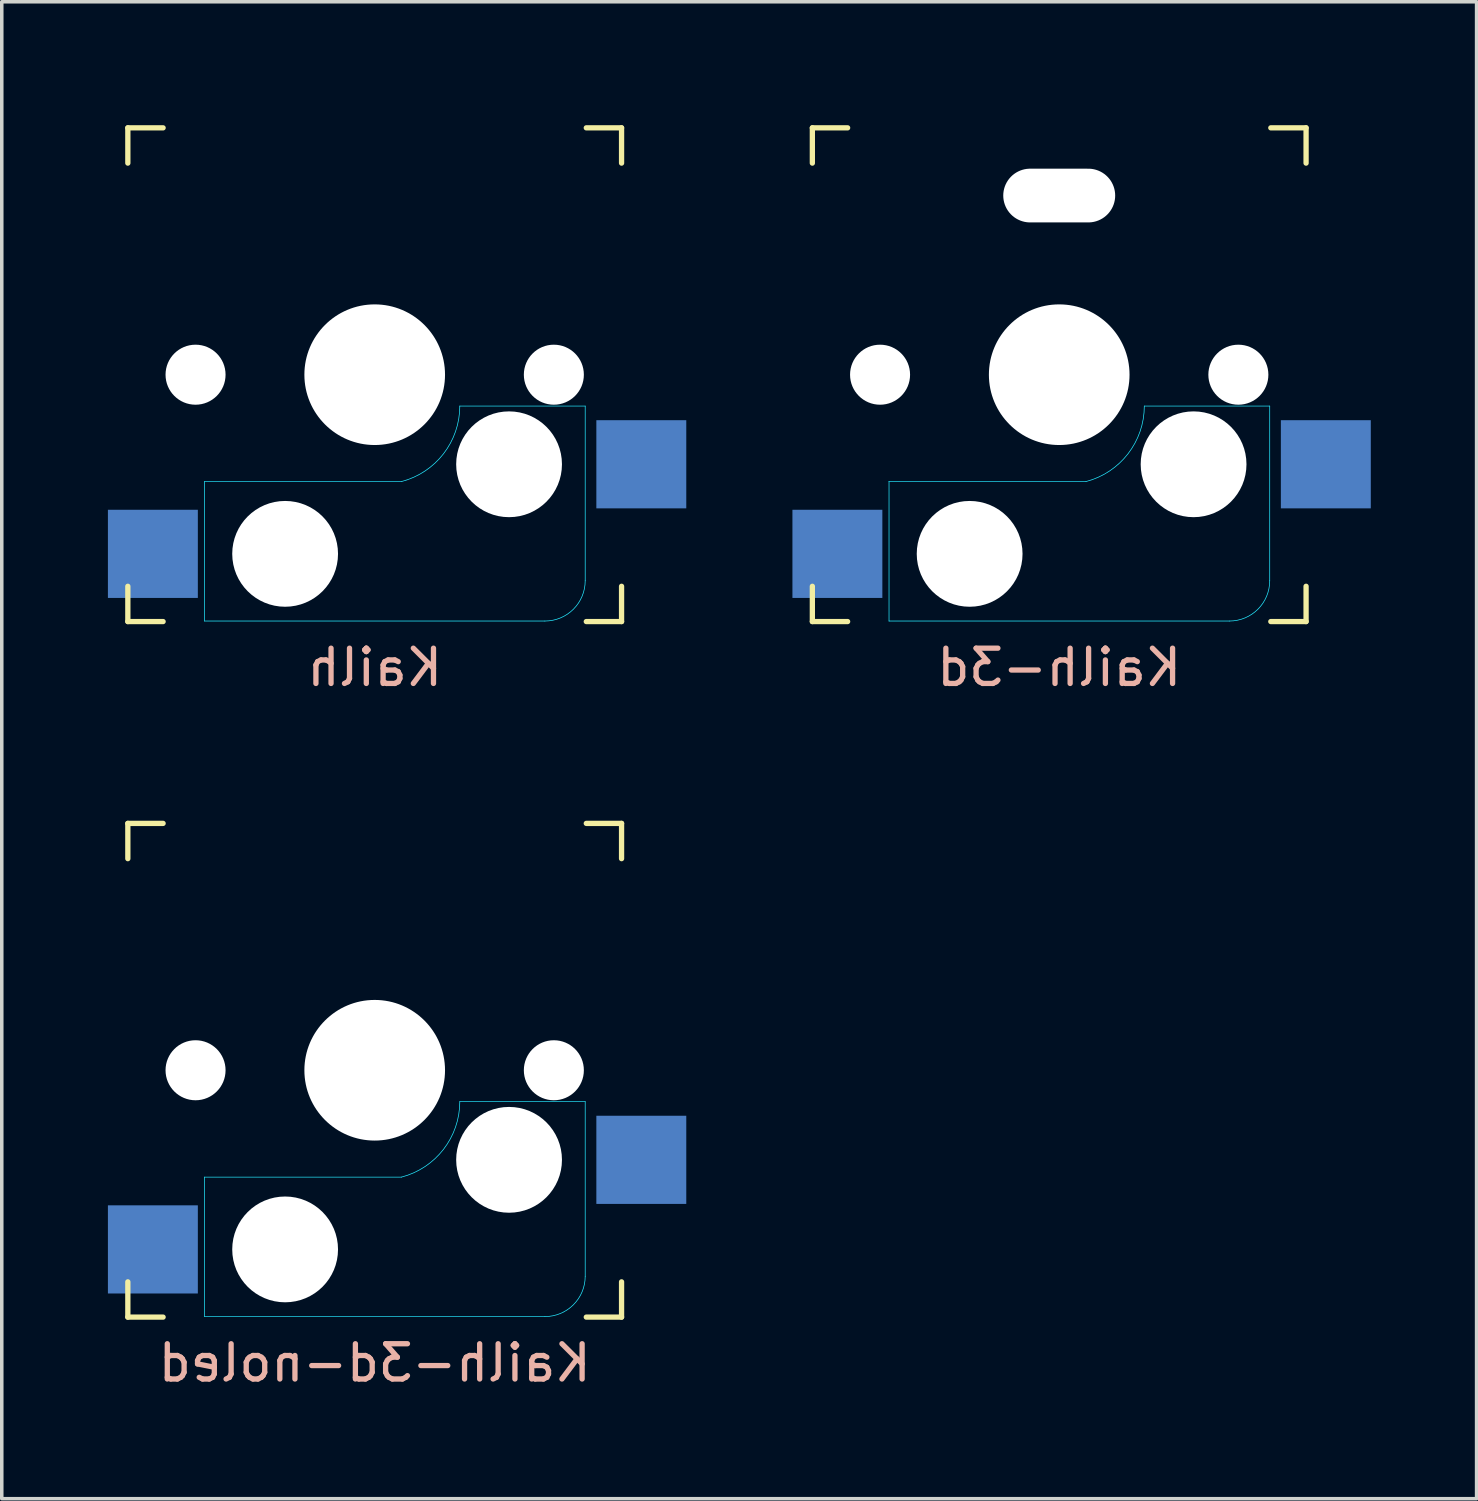
<source format=kicad_pcb>
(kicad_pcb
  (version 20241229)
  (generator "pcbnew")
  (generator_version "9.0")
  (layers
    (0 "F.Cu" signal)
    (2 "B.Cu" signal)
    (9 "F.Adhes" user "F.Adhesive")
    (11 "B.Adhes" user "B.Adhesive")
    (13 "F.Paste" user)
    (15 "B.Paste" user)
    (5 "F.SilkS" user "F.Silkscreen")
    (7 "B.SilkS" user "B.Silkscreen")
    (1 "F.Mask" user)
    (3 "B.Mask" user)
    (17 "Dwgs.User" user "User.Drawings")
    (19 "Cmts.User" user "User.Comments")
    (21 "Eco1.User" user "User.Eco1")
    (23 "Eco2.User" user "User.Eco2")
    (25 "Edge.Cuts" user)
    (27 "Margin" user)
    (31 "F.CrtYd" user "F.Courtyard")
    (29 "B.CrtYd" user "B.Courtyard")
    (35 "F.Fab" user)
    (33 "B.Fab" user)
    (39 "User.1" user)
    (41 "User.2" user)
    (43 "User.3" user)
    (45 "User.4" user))
  (footprint "Kailh-3d-noled"
    (layer "F.Cu")
    (at 7.575 27.298)
    (property "Reference" "Kailh-3d-noled" (at 0 8.3 0) (layer "B.SilkS") (effects (font (size 1 1) (thickness 0.15)) (justify mirror)))
    (attr through_hole)
    (fp_line (start -7 -7) (end -6 -7) (stroke (width 0.15) (type solid)) (layer "F.SilkS"))
    (fp_line (start -7 -6) (end -7 -7) (stroke (width 0.15) (type solid)) (layer "F.SilkS"))
    (fp_line (start -7 7) (end -7 6) (stroke (width 0.15) (type solid)) (layer "F.SilkS"))
    (fp_line (start -6 7) (end -7 7) (stroke (width 0.15) (type solid)) (layer "F.SilkS"))
    (fp_line (start 6 -7) (end 7 -7) (stroke (width 0.15) (type solid)) (layer "F.SilkS"))
    (fp_line (start 7 -7) (end 7 -6) (stroke (width 0.15) (type solid)) (layer "F.SilkS"))
    (fp_line (start 7 6) (end 7 7) (stroke (width 0.15) (type solid)) (layer "F.SilkS"))
    (fp_line (start 7 7) (end 6 7) (stroke (width 0.15) (type solid)) (layer "F.SilkS"))
    (fp_line (start -7.5 -7.5) (end 7.5 -7.5) (stroke (width 0.15) (type solid)) (layer "Eco2.User"))
    (fp_line (start -7.5 7.5) (end -7.5 -7.5) (stroke (width 0.15) (type solid)) (layer "Eco2.User"))
    (fp_line (start -6.9 6.9) (end -6.9 -6.9) (stroke (width 0.15) (type solid)) (layer "Eco2.User"))
    (fp_line (start -6.9 6.9) (end 6.9 6.9) (stroke (width 0.15) (type solid)) (layer "Eco2.User"))
    (fp_line (start 6.9 -6.9) (end -6.9 -6.9) (stroke (width 0.15) (type solid)) (layer "Eco2.User"))
    (fp_line (start 6.9 -6.9) (end 6.9 6.9) (stroke (width 0.15) (type solid)) (layer "Eco2.User"))
    (fp_line (start 7.5 -7.5) (end 7.5 7.5) (stroke (width 0.15) (type solid)) (layer "Eco2.User"))
    (fp_line (start 7.5 7.5) (end -7.5 7.5) (stroke (width 0.15) (type solid)) (layer "Eco2.User"))
    (fp_line (start -4.826 3.03) (end -4.826 6.985) (stroke (width 0.02) (type solid)) (layer "B.CrtYd"))
    (fp_line (start -4.826 6.985) (end 4.826 6.985) (stroke (width 0.02) (type solid)) (layer "B.CrtYd"))
    (fp_line (start 0.757 3.031) (end -4.831 3.031) (stroke (width 0.02) (type solid)) (layer "B.CrtYd"))
    (fp_line (start 5.969 0.889) (end 2.413 0.889) (stroke (width 0.02) (type solid)) (layer "B.CrtYd"))
    (fp_line (start 5.969 5.842) (end 5.969 0.889) (stroke (width 0.02) (type solid)) (layer "B.CrtYd"))
    (fp_arc (start 2.413 0.889) (mid 1.950867 2.242453) (end 0.757478 3.030632) (stroke (width 0.02) (type solid)) (layer "B.CrtYd"))
    (fp_arc (start 5.969 5.842) (mid 5.634223 6.650223) (end 4.826 6.985) (stroke (width 0.02) (type solid)) (layer "B.CrtYd"))
    (pad "" np_thru_hole circle (at -5.08 0) (size 1.702 1.702) (drill 1.702) (layers "*.Cu" "*.Mask"))
    (pad "" np_thru_hole circle (at -2.54 5.08) (size 3 3) (drill 3) (layers "*.Cu" "*.Mask"))
    (pad "" np_thru_hole circle (at 0 0) (size 3.988 3.988) (drill 3.988) (layers "*.Cu" "*.Mask"))
    (pad "" np_thru_hole circle (at 3.81 2.54) (size 3 3) (drill 3) (layers "*.Cu" "*.Mask"))
    (pad "" np_thru_hole circle (at 5.08 0) (size 1.702 1.702) (drill 1.702) (layers "*.Cu" "*.Mask"))
    (pad "1" smd rect (at 7.56 2.54) (size 2.55 2.5) (layers "B.Cu" "B.Mask" "B.Paste"))
    (pad "2" smd rect (at -6.29 5.08) (size 2.55 2.5) (layers "B.Cu" "B.Mask" "B.Paste")))
  (footprint "Kailh-3d"
    (layer "F.Cu")
    (at 26.985 7.575)
    (property "Reference" "Kailh-3d" (at 0 8.3 0) (layer "B.SilkS") (effects (font (size 1 1) (thickness 0.15)) (justify mirror)))
    (attr through_hole)
    (fp_line (start -7 -7) (end -6 -7) (stroke (width 0.15) (type solid)) (layer "F.SilkS"))
    (fp_line (start -7 -6) (end -7 -7) (stroke (width 0.15) (type solid)) (layer "F.SilkS"))
    (fp_line (start -7 7) (end -7 6) (stroke (width 0.15) (type solid)) (layer "F.SilkS"))
    (fp_line (start -6 7) (end -7 7) (stroke (width 0.15) (type solid)) (layer "F.SilkS"))
    (fp_line (start 6 -7) (end 7 -7) (stroke (width 0.15) (type solid)) (layer "F.SilkS"))
    (fp_line (start 7 -7) (end 7 -6) (stroke (width 0.15) (type solid)) (layer "F.SilkS"))
    (fp_line (start 7 6) (end 7 7) (stroke (width 0.15) (type solid)) (layer "F.SilkS"))
    (fp_line (start 7 7) (end 6 7) (stroke (width 0.15) (type solid)) (layer "F.SilkS"))
    (fp_line (start -7.5 -7.5) (end 7.5 -7.5) (stroke (width 0.15) (type solid)) (layer "Eco2.User"))
    (fp_line (start -7.5 7.5) (end -7.5 -7.5) (stroke (width 0.15) (type solid)) (layer "Eco2.User"))
    (fp_line (start -6.9 6.9) (end -6.9 -6.9) (stroke (width 0.15) (type solid)) (layer "Eco2.User"))
    (fp_line (start -6.9 6.9) (end 6.9 6.9) (stroke (width 0.15) (type solid)) (layer "Eco2.User"))
    (fp_line (start 6.9 -6.9) (end -6.9 -6.9) (stroke (width 0.15) (type solid)) (layer "Eco2.User"))
    (fp_line (start 6.9 -6.9) (end 6.9 6.9) (stroke (width 0.15) (type solid)) (layer "Eco2.User"))
    (fp_line (start 7.5 -7.5) (end 7.5 7.5) (stroke (width 0.15) (type solid)) (layer "Eco2.User"))
    (fp_line (start 7.5 7.5) (end -7.5 7.5) (stroke (width 0.15) (type solid)) (layer "Eco2.User"))
    (fp_line (start -4.826 3.03) (end -4.826 6.985) (stroke (width 0.02) (type solid)) (layer "B.CrtYd"))
    (fp_line (start -4.826 6.985) (end 4.826 6.985) (stroke (width 0.02) (type solid)) (layer "B.CrtYd"))
    (fp_line (start 0.757 3.031) (end -4.831 3.031) (stroke (width 0.02) (type solid)) (layer "B.CrtYd"))
    (fp_line (start 5.969 0.889) (end 2.413 0.889) (stroke (width 0.02) (type solid)) (layer "B.CrtYd"))
    (fp_line (start 5.969 5.842) (end 5.969 0.889) (stroke (width 0.02) (type solid)) (layer "B.CrtYd"))
    (fp_arc (start 2.413 0.889) (mid 1.950867 2.242453) (end 0.757478 3.030632) (stroke (width 0.02) (type solid)) (layer "B.CrtYd"))
    (fp_arc (start 5.969 5.842) (mid 5.634223 6.650223) (end 4.826 6.985) (stroke (width 0.02) (type solid)) (layer "B.CrtYd"))
    (pad "" np_thru_hole circle (at -5.08 0) (size 1.702 1.702) (drill 1.702) (layers "*.Cu" "*.Mask"))
    (pad "" np_thru_hole circle (at -2.54 5.08) (size 3 3) (drill 3) (layers "*.Cu" "*.Mask"))
    (pad "" np_thru_hole oval (at 0 -5.08) (size 3.174 1.524) (drill oval 3.174 1.524) (layers "*.Cu" "*.Mask"))
    (pad "" np_thru_hole circle (at 0 0) (size 3.988 3.988) (drill 3.988) (layers "*.Cu" "*.Mask"))
    (pad "" np_thru_hole circle (at 3.81 2.54) (size 3 3) (drill 3) (layers "*.Cu" "*.Mask"))
    (pad "" np_thru_hole circle (at 5.08 0) (size 1.702 1.702) (drill 1.702) (layers "*.Cu" "*.Mask"))
    (pad "1" smd rect (at 7.56 2.54) (size 2.55 2.5) (layers "B.Cu" "B.Mask" "B.Paste"))
    (pad "2" smd rect (at -6.29 5.08) (size 2.55 2.5) (layers "B.Cu" "B.Mask" "B.Paste")))
  (footprint "Kailh"
    (layer "F.Cu")
    (at 7.575 7.575)
    (property "Reference" "Kailh" (at 0 8.3 0) (layer "B.SilkS") (effects (font (size 1 1) (thickness 0.15)) (justify mirror)))
    (attr through_hole)
    (fp_line (start -7 -7) (end -6 -7) (stroke (width 0.15) (type solid)) (layer "F.SilkS"))
    (fp_line (start -7 -6) (end -7 -7) (stroke (width 0.15) (type solid)) (layer "F.SilkS"))
    (fp_line (start -7 7) (end -7 6) (stroke (width 0.15) (type solid)) (layer "F.SilkS"))
    (fp_line (start -6 7) (end -7 7) (stroke (width 0.15) (type solid)) (layer "F.SilkS"))
    (fp_line (start 6 -7) (end 7 -7) (stroke (width 0.15) (type solid)) (layer "F.SilkS"))
    (fp_line (start 7 -7) (end 7 -6) (stroke (width 0.15) (type solid)) (layer "F.SilkS"))
    (fp_line (start 7 6) (end 7 7) (stroke (width 0.15) (type solid)) (layer "F.SilkS"))
    (fp_line (start 7 7) (end 6 7) (stroke (width 0.15) (type solid)) (layer "F.SilkS"))
    (fp_line (start -7.5 -7.5) (end 7.5 -7.5) (stroke (width 0.15) (type solid)) (layer "Eco2.User"))
    (fp_line (start -7.5 7.5) (end -7.5 -7.5) (stroke (width 0.15) (type solid)) (layer "Eco2.User"))
    (fp_line (start -6.9 6.9) (end -6.9 -6.9) (stroke (width 0.15) (type solid)) (layer "Eco2.User"))
    (fp_line (start -6.9 6.9) (end 6.9 6.9) (stroke (width 0.15) (type solid)) (layer "Eco2.User"))
    (fp_line (start 6.9 -6.9) (end -6.9 -6.9) (stroke (width 0.15) (type solid)) (layer "Eco2.User"))
    (fp_line (start 6.9 -6.9) (end 6.9 6.9) (stroke (width 0.15) (type solid)) (layer "Eco2.User"))
    (fp_line (start 7.5 -7.5) (end 7.5 7.5) (stroke (width 0.15) (type solid)) (layer "Eco2.User"))
    (fp_line (start 7.5 7.5) (end -7.5 7.5) (stroke (width 0.15) (type solid)) (layer "Eco2.User"))
    (fp_line (start -4.826 3.03) (end -4.826 6.985) (stroke (width 0.02) (type solid)) (layer "B.CrtYd"))
    (fp_line (start -4.826 6.985) (end 4.826 6.985) (stroke (width 0.02) (type solid)) (layer "B.CrtYd"))
    (fp_line (start 0.757 3.031) (end -4.831 3.031) (stroke (width 0.02) (type solid)) (layer "B.CrtYd"))
    (fp_line (start 5.969 0.889) (end 2.413 0.889) (stroke (width 0.02) (type solid)) (layer "B.CrtYd"))
    (fp_line (start 5.969 5.842) (end 5.969 0.889) (stroke (width 0.02) (type solid)) (layer "B.CrtYd"))
    (fp_arc (start 2.413 0.889) (mid 1.950867 2.242453) (end 0.757478 3.030632) (stroke (width 0.02) (type solid)) (layer "B.CrtYd"))
    (fp_arc (start 5.969 5.842) (mid 5.634223 6.650223) (end 4.826 6.985) (stroke (width 0.02) (type solid)) (layer "B.CrtYd"))
    (pad "" np_thru_hole circle (at -5.08 0) (size 1.702 1.702) (drill 1.702) (layers "*.Cu" "*.Mask"))
    (pad "" np_thru_hole circle (at -2.54 5.08) (size 3 3) (drill 3) (layers "*.Cu" "*.Mask"))
    (pad "" np_thru_hole circle (at 0 0) (size 3.988 3.988) (drill 3.988) (layers "*.Cu" "*.Mask"))
    (pad "" np_thru_hole circle (at 3.81 2.54) (size 3 3) (drill 3) (layers "*.Cu" "*.Mask"))
    (pad "" np_thru_hole circle (at 5.08 0) (size 1.702 1.702) (drill 1.702) (layers "*.Cu" "*.Mask"))
    (pad "1" smd rect (at 7.56 2.54) (size 2.55 2.5) (layers "B.Cu" "B.Mask" "B.Paste"))
    (pad "2" smd rect (at -6.29 5.08) (size 2.55 2.5) (layers "B.Cu" "B.Mask" "B.Paste")))
  (gr_rect
    (start -3 -3)
    (end 38.82 39.447)
    (stroke (width 0.1) (type default))
    (fill no)
    (layer "Edge.Cuts")))
</source>
